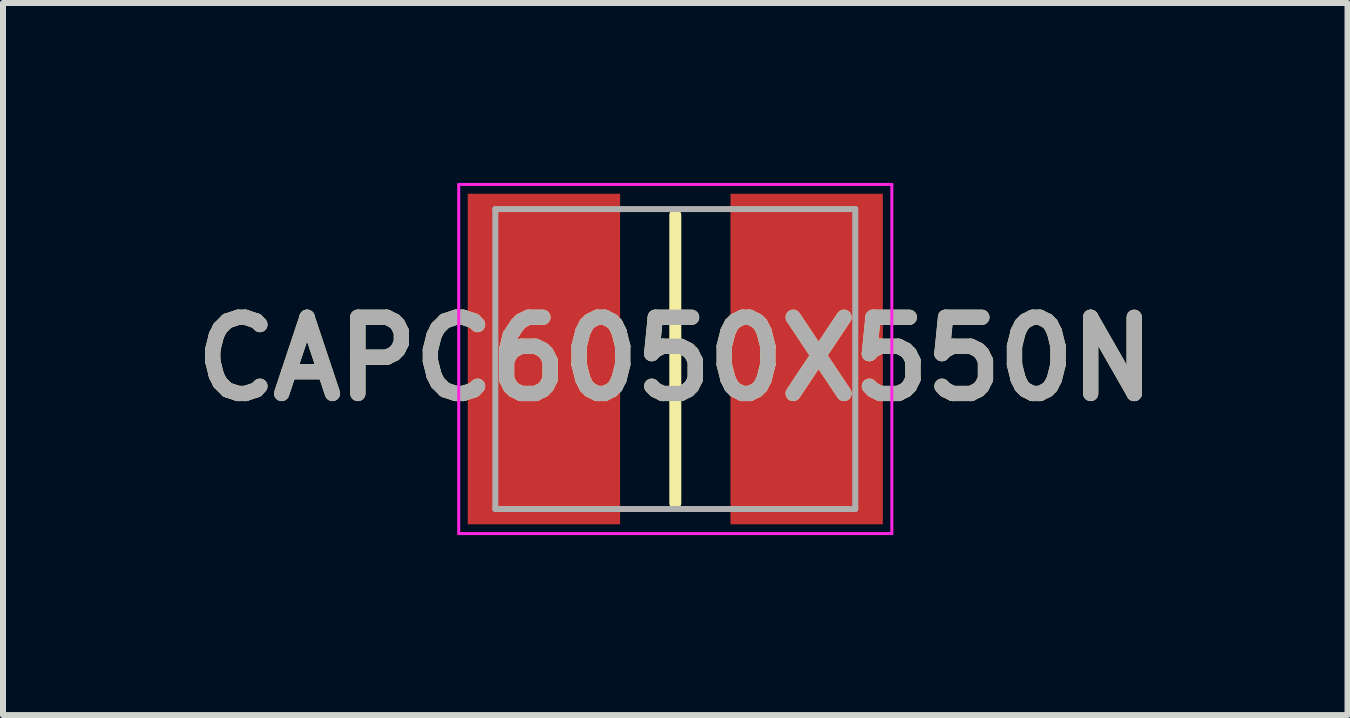
<source format=kicad_pcb>
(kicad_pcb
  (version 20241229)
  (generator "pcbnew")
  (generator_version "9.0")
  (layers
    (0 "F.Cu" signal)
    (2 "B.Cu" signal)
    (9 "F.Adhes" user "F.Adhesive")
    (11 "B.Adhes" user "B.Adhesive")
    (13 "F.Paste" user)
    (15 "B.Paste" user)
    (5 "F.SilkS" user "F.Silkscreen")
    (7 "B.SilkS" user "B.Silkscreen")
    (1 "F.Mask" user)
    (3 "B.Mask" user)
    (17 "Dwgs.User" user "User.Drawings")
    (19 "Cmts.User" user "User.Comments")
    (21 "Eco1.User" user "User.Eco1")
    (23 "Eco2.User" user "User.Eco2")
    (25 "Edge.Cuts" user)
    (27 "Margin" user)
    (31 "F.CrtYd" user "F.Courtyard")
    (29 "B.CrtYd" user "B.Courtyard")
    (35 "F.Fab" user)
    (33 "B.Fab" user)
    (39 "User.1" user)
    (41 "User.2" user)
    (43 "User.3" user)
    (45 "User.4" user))
  (footprint "CAPC6050X550N"
    (layer "F.Cu")
    (at 8.207 2.935)
    (property "Reference" "CAPC6050X550N" (at 0 0 0) (layer "F.SilkS") (effects (font (size 1.27 1.27) (thickness 0.254))))
    (attr smd)
    (fp_line (start 0 -2.4) (end 0 2.4) (stroke (width 0.2) (type solid)) (layer "F.SilkS"))
    (fp_line (start -3.61 -2.91) (end 3.61 -2.91) (stroke (width 0.05) (type solid)) (layer "F.CrtYd"))
    (fp_line (start -3.61 2.91) (end -3.61 -2.91) (stroke (width 0.05) (type solid)) (layer "F.CrtYd"))
    (fp_line (start 3.61 -2.91) (end 3.61 2.91) (stroke (width 0.05) (type solid)) (layer "F.CrtYd"))
    (fp_line (start 3.61 2.91) (end -3.61 2.91) (stroke (width 0.05) (type solid)) (layer "F.CrtYd"))
    (fp_line (start -3 -2.5) (end 3 -2.5) (stroke (width 0.1) (type solid)) (layer "F.Fab"))
    (fp_line (start -3 2.5) (end -3 -2.5) (stroke (width 0.1) (type solid)) (layer "F.Fab"))
    (fp_line (start 3 -2.5) (end 3 2.5) (stroke (width 0.1) (type solid)) (layer "F.Fab"))
    (fp_line (start 3 2.5) (end -3 2.5) (stroke (width 0.1) (type solid)) (layer "F.Fab"))
    (fp_text user "${REFERENCE}" (at 0 0 0) (layer "F.Fab") (effects (font (size 1.27 1.27) (thickness 0.254))))
    (pad "1" smd rect (at -2.19 0) (size 2.54 5.51) (layers "F.Cu" "F.Mask" "F.Paste"))
    (pad "2" smd rect (at 2.19 0) (size 2.54 5.51) (layers "F.Cu" "F.Mask" "F.Paste")))
  (gr_rect
    (start -3 -3)
    (end 19.413 8.87)
    (stroke (width 0.1) (type default))
    (fill no)
    (layer "Edge.Cuts")))
</source>
